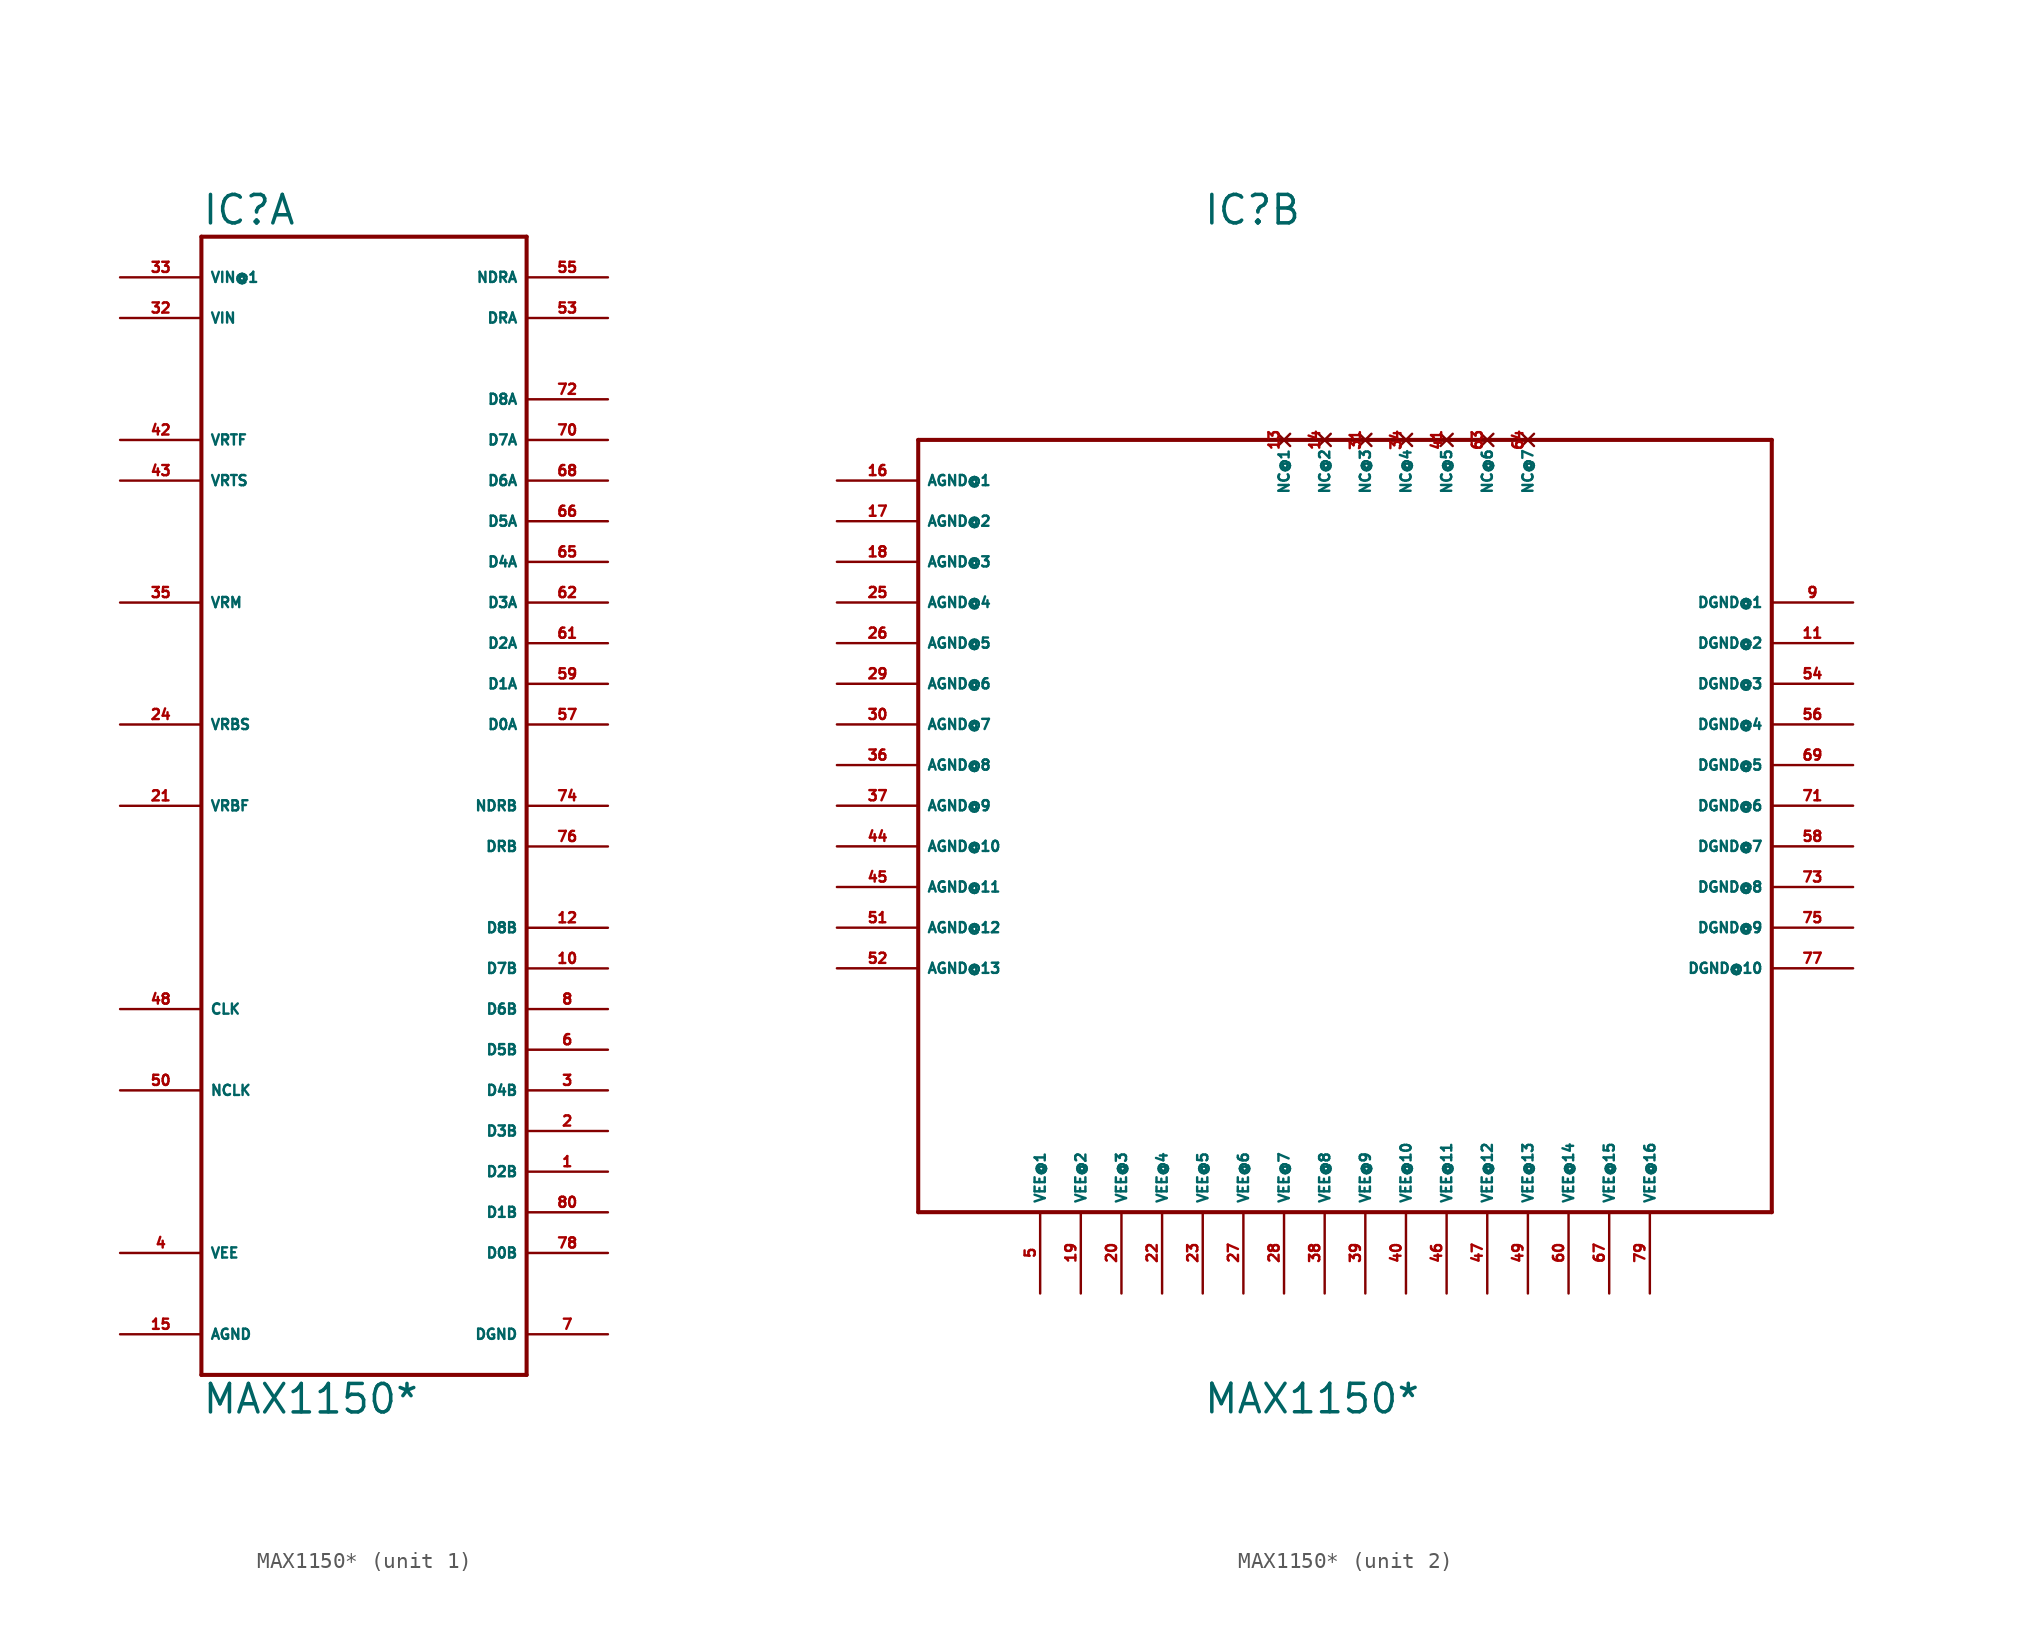
<source format=kicad_sym>
(kicad_symbol_lib
  (version 20220914)
  (generator Eagle2Kicad)
  (symbol "MAX1150*"
    (property "Reference" "IC"
      (at -10.16 36.195 0)
      (effects (font (size 1.778 1.778) (thickness 0.22)) (justify left bottom)))
    (property "Value" "MAX1150*"
      (at -10.16 -38.1 0)
      (effects (font (size 1.778 1.778) (thickness 0.22)) (justify left bottom)))
    (symbol "MAX1150*_1_0"
      (polyline (pts (xy -10.16 35.56) (xy 10.16 35.56)) (stroke (width 0.254) (type default)) (fill (type none)))
      (polyline (pts (xy 10.16 35.56) (xy 10.16 -35.56)) (stroke (width 0.254) (type default)) (fill (type none)))
      (polyline (pts (xy 10.16 -35.56) (xy -10.16 -35.56)) (stroke (width 0.254) (type default)) (fill (type none)))
      (polyline (pts (xy -10.16 -35.56) (xy -10.16 35.56)) (stroke (width 0.254) (type default)) (fill (type none)))
      (pin output line (at 15.24 -25.4 180) (length 5.08) (name "D1B" (effects (font (size 0.635 0.635) (thickness 0.08)) (justify left bottom))) (number "80" (effects (font (size 0.635 0.635) (thickness 0.08)) (justify left bottom))))
      (pin output line (at 15.24 -22.86 180) (length 5.08) (name "D2B" (effects (font (size 0.635 0.635) (thickness 0.08)) (justify left bottom))) (number "1" (effects (font (size 0.635 0.635) (thickness 0.08)) (justify left bottom))))
      (pin output line (at 15.24 -20.32 180) (length 5.08) (name "D3B" (effects (font (size 0.635 0.635) (thickness 0.08)) (justify left bottom))) (number "2" (effects (font (size 0.635 0.635) (thickness 0.08)) (justify left bottom))))
      (pin output line (at 15.24 -17.78 180) (length 5.08) (name "D4B" (effects (font (size 0.635 0.635) (thickness 0.08)) (justify left bottom))) (number "3" (effects (font (size 0.635 0.635) (thickness 0.08)) (justify left bottom))))
      (pin output line (at 15.24 -15.24 180) (length 5.08) (name "D5B" (effects (font (size 0.635 0.635) (thickness 0.08)) (justify left bottom))) (number "6" (effects (font (size 0.635 0.635) (thickness 0.08)) (justify left bottom))))
      (pin output line (at 15.24 -12.7 180) (length 5.08) (name "D6B" (effects (font (size 0.635 0.635) (thickness 0.08)) (justify left bottom))) (number "8" (effects (font (size 0.635 0.635) (thickness 0.08)) (justify left bottom))))
      (pin output line (at 15.24 -10.16 180) (length 5.08) (name "D7B" (effects (font (size 0.635 0.635) (thickness 0.08)) (justify left bottom))) (number "10" (effects (font (size 0.635 0.635) (thickness 0.08)) (justify left bottom))))
      (pin output line (at 15.24 -27.94 180) (length 5.08) (name "D0B" (effects (font (size 0.635 0.635) (thickness 0.08)) (justify left bottom))) (number "78" (effects (font (size 0.635 0.635) (thickness 0.08)) (justify left bottom))))
      (pin output line (at 15.24 5.08 180) (length 5.08) (name "D0A" (effects (font (size 0.635 0.635) (thickness 0.08)) (justify left bottom))) (number "57" (effects (font (size 0.635 0.635) (thickness 0.08)) (justify left bottom))))
      (pin output line (at 15.24 7.62 180) (length 5.08) (name "D1A" (effects (font (size 0.635 0.635) (thickness 0.08)) (justify left bottom))) (number "59" (effects (font (size 0.635 0.635) (thickness 0.08)) (justify left bottom))))
      (pin output line (at 15.24 10.16 180) (length 5.08) (name "D2A" (effects (font (size 0.635 0.635) (thickness 0.08)) (justify left bottom))) (number "61" (effects (font (size 0.635 0.635) (thickness 0.08)) (justify left bottom))))
      (pin output line (at 15.24 12.7 180) (length 5.08) (name "D3A" (effects (font (size 0.635 0.635) (thickness 0.08)) (justify left bottom))) (number "62" (effects (font (size 0.635 0.635) (thickness 0.08)) (justify left bottom))))
      (pin output line (at 15.24 15.24 180) (length 5.08) (name "D4A" (effects (font (size 0.635 0.635) (thickness 0.08)) (justify left bottom))) (number "65" (effects (font (size 0.635 0.635) (thickness 0.08)) (justify left bottom))))
      (pin output line (at 15.24 17.78 180) (length 5.08) (name "D5A" (effects (font (size 0.635 0.635) (thickness 0.08)) (justify left bottom))) (number "66" (effects (font (size 0.635 0.635) (thickness 0.08)) (justify left bottom))))
      (pin output line (at 15.24 20.32 180) (length 5.08) (name "D6A" (effects (font (size 0.635 0.635) (thickness 0.08)) (justify left bottom))) (number "68" (effects (font (size 0.635 0.635) (thickness 0.08)) (justify left bottom))))
      (pin output line (at 15.24 22.86 180) (length 5.08) (name "D7A" (effects (font (size 0.635 0.635) (thickness 0.08)) (justify left bottom))) (number "70" (effects (font (size 0.635 0.635) (thickness 0.08)) (justify left bottom))))
      (pin unspecified line (at -15.24 -27.94 0) (length 5.08) (name "VEE" (effects (font (size 0.635 0.635) (thickness 0.08)) (justify left bottom))) (number "4" (effects (font (size 0.635 0.635) (thickness 0.08)) (justify left bottom))))
      (pin unspecified line (at 15.24 -33.02 180) (length 5.08) (name "DGND" (effects (font (size 0.635 0.635) (thickness 0.08)) (justify left bottom))) (number "7" (effects (font (size 0.635 0.635) (thickness 0.08)) (justify left bottom))))
      (pin unspecified line (at -15.24 -33.02 0) (length 5.08) (name "AGND" (effects (font (size 0.635 0.635) (thickness 0.08)) (justify left bottom))) (number "15" (effects (font (size 0.635 0.635) (thickness 0.08)) (justify left bottom))))
      (pin input line (at -15.24 0 0) (length 5.08) (name "VRBF" (effects (font (size 0.635 0.635) (thickness 0.08)) (justify left bottom))) (number "21" (effects (font (size 0.635 0.635) (thickness 0.08)) (justify left bottom))))
      (pin input line (at -15.24 5.08 0) (length 5.08) (name "VRBS" (effects (font (size 0.635 0.635) (thickness 0.08)) (justify left bottom))) (number "24" (effects (font (size 0.635 0.635) (thickness 0.08)) (justify left bottom))))
      (pin input line (at -15.24 33.02 0) (length 5.08) (name "VIN@1" (effects (font (size 0.635 0.635) (thickness 0.08)) (justify left bottom))) (number "33" (effects (font (size 0.635 0.635) (thickness 0.08)) (justify left bottom))))
      (pin input line (at -15.24 12.7 0) (length 5.08) (name "VRM" (effects (font (size 0.635 0.635) (thickness 0.08)) (justify left bottom))) (number "35" (effects (font (size 0.635 0.635) (thickness 0.08)) (justify left bottom))))
      (pin input line (at -15.24 22.86 0) (length 5.08) (name "VRTF" (effects (font (size 0.635 0.635) (thickness 0.08)) (justify left bottom))) (number "42" (effects (font (size 0.635 0.635) (thickness 0.08)) (justify left bottom))))
      (pin input line (at -15.24 20.32 0) (length 5.08) (name "VRTS" (effects (font (size 0.635 0.635) (thickness 0.08)) (justify left bottom))) (number "43" (effects (font (size 0.635 0.635) (thickness 0.08)) (justify left bottom))))
      (pin input line (at -15.24 -17.78 0) (length 5.08) (name "NCLK" (effects (font (size 0.635 0.635) (thickness 0.08)) (justify left bottom))) (number "50" (effects (font (size 0.635 0.635) (thickness 0.08)) (justify left bottom))))
      (pin input line (at -15.24 -12.7 0) (length 5.08) (name "CLK" (effects (font (size 0.635 0.635) (thickness 0.08)) (justify left bottom))) (number "48" (effects (font (size 0.635 0.635) (thickness 0.08)) (justify left bottom))))
      (pin output line (at 15.24 30.48 180) (length 5.08) (name "DRA" (effects (font (size 0.635 0.635) (thickness 0.08)) (justify left bottom))) (number "53" (effects (font (size 0.635 0.635) (thickness 0.08)) (justify left bottom))))
      (pin output line (at 15.24 33.02 180) (length 5.08) (name "NDRA" (effects (font (size 0.635 0.635) (thickness 0.08)) (justify left bottom))) (number "55" (effects (font (size 0.635 0.635) (thickness 0.08)) (justify left bottom))))
      (pin output line (at 15.24 -2.54 180) (length 5.08) (name "DRB" (effects (font (size 0.635 0.635) (thickness 0.08)) (justify left bottom))) (number "76" (effects (font (size 0.635 0.635) (thickness 0.08)) (justify left bottom))))
      (pin output line (at 15.24 0 180) (length 5.08) (name "NDRB" (effects (font (size 0.635 0.635) (thickness 0.08)) (justify left bottom))) (number "74" (effects (font (size 0.635 0.635) (thickness 0.08)) (justify left bottom))))
      (pin input line (at -15.24 30.48 0) (length 5.08) (name "VIN" (effects (font (size 0.635 0.635) (thickness 0.08)) (justify left bottom))) (number "32" (effects (font (size 0.635 0.635) (thickness 0.08)) (justify left bottom))))
      (pin output line (at 15.24 -7.62 180) (length 5.08) (name "D8B" (effects (font (size 0.635 0.635) (thickness 0.08)) (justify left bottom))) (number "12" (effects (font (size 0.635 0.635) (thickness 0.08)) (justify left bottom))))
      (pin output line (at 15.24 25.4 180) (length 5.08) (name "D8A" (effects (font (size 0.635 0.635) (thickness 0.08)) (justify left bottom))) (number "72" (effects (font (size 0.635 0.635) (thickness 0.08)) (justify left bottom)))))
    (symbol "MAX1150*_2_0"
      (polyline (pts (xy -27.94 22.86) (xy 25.4 22.86)) (stroke (width 0.254) (type default)) (fill (type none)))
      (polyline (pts (xy 25.4 22.86) (xy 25.4 -25.4)) (stroke (width 0.254) (type default)) (fill (type none)))
      (polyline (pts (xy 25.4 -25.4) (xy -27.94 -25.4)) (stroke (width 0.254) (type default)) (fill (type none)))
      (polyline (pts (xy -27.94 -25.4) (xy -27.94 22.86)) (stroke (width 0.254) (type default)) (fill (type none)))
      (pin unspecified line (at 30.48 12.7 180) (length 5.08) (name "DGND@1" (effects (font (size 0.635 0.635) (thickness 0.08)) (justify left bottom))) (number "9" (effects (font (size 0.635 0.635) (thickness 0.08)) (justify left bottom))))
      (pin unspecified line (at 30.48 10.16 180) (length 5.08) (name "DGND@2" (effects (font (size 0.635 0.635) (thickness 0.08)) (justify left bottom))) (number "11" (effects (font (size 0.635 0.635) (thickness 0.08)) (justify left bottom))))
      (pin unspecified line (at 30.48 7.62 180) (length 5.08) (name "DGND@3" (effects (font (size 0.635 0.635) (thickness 0.08)) (justify left bottom))) (number "54" (effects (font (size 0.635 0.635) (thickness 0.08)) (justify left bottom))))
      (pin unspecified line (at 30.48 5.08 180) (length 5.08) (name "DGND@4" (effects (font (size 0.635 0.635) (thickness 0.08)) (justify left bottom))) (number "56" (effects (font (size 0.635 0.635) (thickness 0.08)) (justify left bottom))))
      (pin unspecified line (at 30.48 2.54 180) (length 5.08) (name "DGND@5" (effects (font (size 0.635 0.635) (thickness 0.08)) (justify left bottom))) (number "69" (effects (font (size 0.635 0.635) (thickness 0.08)) (justify left bottom))))
      (pin unspecified line (at 30.48 0 180) (length 5.08) (name "DGND@6" (effects (font (size 0.635 0.635) (thickness 0.08)) (justify left bottom))) (number "71" (effects (font (size 0.635 0.635) (thickness 0.08)) (justify left bottom))))
      (pin unspecified line (at 30.48 -2.54 180) (length 5.08) (name "DGND@7" (effects (font (size 0.635 0.635) (thickness 0.08)) (justify left bottom))) (number "58" (effects (font (size 0.635 0.635) (thickness 0.08)) (justify left bottom))))
      (pin unspecified line (at 30.48 -5.08 180) (length 5.08) (name "DGND@8" (effects (font (size 0.635 0.635) (thickness 0.08)) (justify left bottom))) (number "73" (effects (font (size 0.635 0.635) (thickness 0.08)) (justify left bottom))))
      (pin unspecified line (at 30.48 -7.62 180) (length 5.08) (name "DGND@9" (effects (font (size 0.635 0.635) (thickness 0.08)) (justify left bottom))) (number "75" (effects (font (size 0.635 0.635) (thickness 0.08)) (justify left bottom))))
      (pin unspecified line (at 30.48 -10.16 180) (length 5.08) (name "DGND@10" (effects (font (size 0.635 0.635) (thickness 0.08)) (justify left bottom))) (number "77" (effects (font (size 0.635 0.635) (thickness 0.08)) (justify left bottom))))
      (pin no_connect line (at 0 22.86 270) (length 0) (name "NC@3" (effects (font (size 0.635 0.635) (thickness 0.08)) (justify left bottom) hide)) (number "31" (effects (font (size 0.635 0.635) (thickness 0.08)) (justify left bottom) hide)))
      (pin unspecified line (at -33.02 20.32 0) (length 5.08) (name "AGND@1" (effects (font (size 0.635 0.635) (thickness 0.08)) (justify left bottom))) (number "16" (effects (font (size 0.635 0.635) (thickness 0.08)) (justify left bottom))))
      (pin unspecified line (at -33.02 17.78 0) (length 5.08) (name "AGND@2" (effects (font (size 0.635 0.635) (thickness 0.08)) (justify left bottom))) (number "17" (effects (font (size 0.635 0.635) (thickness 0.08)) (justify left bottom))))
      (pin unspecified line (at -33.02 15.24 0) (length 5.08) (name "AGND@3" (effects (font (size 0.635 0.635) (thickness 0.08)) (justify left bottom))) (number "18" (effects (font (size 0.635 0.635) (thickness 0.08)) (justify left bottom))))
      (pin unspecified line (at -33.02 12.7 0) (length 5.08) (name "AGND@4" (effects (font (size 0.635 0.635) (thickness 0.08)) (justify left bottom))) (number "25" (effects (font (size 0.635 0.635) (thickness 0.08)) (justify left bottom))))
      (pin unspecified line (at -33.02 10.16 0) (length 5.08) (name "AGND@5" (effects (font (size 0.635 0.635) (thickness 0.08)) (justify left bottom))) (number "26" (effects (font (size 0.635 0.635) (thickness 0.08)) (justify left bottom))))
      (pin unspecified line (at -33.02 7.62 0) (length 5.08) (name "AGND@6" (effects (font (size 0.635 0.635) (thickness 0.08)) (justify left bottom))) (number "29" (effects (font (size 0.635 0.635) (thickness 0.08)) (justify left bottom))))
      (pin unspecified line (at -33.02 5.08 0) (length 5.08) (name "AGND@7" (effects (font (size 0.635 0.635) (thickness 0.08)) (justify left bottom))) (number "30" (effects (font (size 0.635 0.635) (thickness 0.08)) (justify left bottom))))
      (pin unspecified line (at -33.02 2.54 0) (length 5.08) (name "AGND@8" (effects (font (size 0.635 0.635) (thickness 0.08)) (justify left bottom))) (number "36" (effects (font (size 0.635 0.635) (thickness 0.08)) (justify left bottom))))
      (pin unspecified line (at -33.02 0 0) (length 5.08) (name "AGND@9" (effects (font (size 0.635 0.635) (thickness 0.08)) (justify left bottom))) (number "37" (effects (font (size 0.635 0.635) (thickness 0.08)) (justify left bottom))))
      (pin unspecified line (at -33.02 -2.54 0) (length 5.08) (name "AGND@10" (effects (font (size 0.635 0.635) (thickness 0.08)) (justify left bottom))) (number "44" (effects (font (size 0.635 0.635) (thickness 0.08)) (justify left bottom))))
      (pin unspecified line (at -33.02 -5.08 0) (length 5.08) (name "AGND@11" (effects (font (size 0.635 0.635) (thickness 0.08)) (justify left bottom))) (number "45" (effects (font (size 0.635 0.635) (thickness 0.08)) (justify left bottom))))
      (pin unspecified line (at -33.02 -7.62 0) (length 5.08) (name "AGND@12" (effects (font (size 0.635 0.635) (thickness 0.08)) (justify left bottom))) (number "51" (effects (font (size 0.635 0.635) (thickness 0.08)) (justify left bottom))))
      (pin unspecified line (at -33.02 -10.16 0) (length 5.08) (name "AGND@13" (effects (font (size 0.635 0.635) (thickness 0.08)) (justify left bottom))) (number "52" (effects (font (size 0.635 0.635) (thickness 0.08)) (justify left bottom))))
      (pin no_connect line (at -5.08 22.86 270) (length 0) (name "NC@1" (effects (font (size 0.635 0.635) (thickness 0.08)) (justify left bottom) hide)) (number "13" (effects (font (size 0.635 0.635) (thickness 0.08)) (justify left bottom) hide)))
      (pin unspecified line (at -20.32 -30.48 90) (length 5.08) (name "VEE@1" (effects (font (size 0.635 0.635) (thickness 0.08)) (justify left bottom))) (number "5" (effects (font (size 0.635 0.635) (thickness 0.08)) (justify left bottom))))
      (pin unspecified line (at -17.78 -30.48 90) (length 5.08) (name "VEE@2" (effects (font (size 0.635 0.635) (thickness 0.08)) (justify left bottom))) (number "19" (effects (font (size 0.635 0.635) (thickness 0.08)) (justify left bottom))))
      (pin unspecified line (at -15.24 -30.48 90) (length 5.08) (name "VEE@3" (effects (font (size 0.635 0.635) (thickness 0.08)) (justify left bottom))) (number "20" (effects (font (size 0.635 0.635) (thickness 0.08)) (justify left bottom))))
      (pin unspecified line (at -12.7 -30.48 90) (length 5.08) (name "VEE@4" (effects (font (size 0.635 0.635) (thickness 0.08)) (justify left bottom))) (number "22" (effects (font (size 0.635 0.635) (thickness 0.08)) (justify left bottom))))
      (pin unspecified line (at -10.16 -30.48 90) (length 5.08) (name "VEE@5" (effects (font (size 0.635 0.635) (thickness 0.08)) (justify left bottom))) (number "23" (effects (font (size 0.635 0.635) (thickness 0.08)) (justify left bottom))))
      (pin unspecified line (at -7.62 -30.48 90) (length 5.08) (name "VEE@6" (effects (font (size 0.635 0.635) (thickness 0.08)) (justify left bottom))) (number "27" (effects (font (size 0.635 0.635) (thickness 0.08)) (justify left bottom))))
      (pin unspecified line (at -5.08 -30.48 90) (length 5.08) (name "VEE@7" (effects (font (size 0.635 0.635) (thickness 0.08)) (justify left bottom))) (number "28" (effects (font (size 0.635 0.635) (thickness 0.08)) (justify left bottom))))
      (pin unspecified line (at -2.54 -30.48 90) (length 5.08) (name "VEE@8" (effects (font (size 0.635 0.635) (thickness 0.08)) (justify left bottom))) (number "38" (effects (font (size 0.635 0.635) (thickness 0.08)) (justify left bottom))))
      (pin unspecified line (at 0 -30.48 90) (length 5.08) (name "VEE@9" (effects (font (size 0.635 0.635) (thickness 0.08)) (justify left bottom))) (number "39" (effects (font (size 0.635 0.635) (thickness 0.08)) (justify left bottom))))
      (pin unspecified line (at 2.54 -30.48 90) (length 5.08) (name "VEE@10" (effects (font (size 0.635 0.635) (thickness 0.08)) (justify left bottom))) (number "40" (effects (font (size 0.635 0.635) (thickness 0.08)) (justify left bottom))))
      (pin unspecified line (at 5.08 -30.48 90) (length 5.08) (name "VEE@11" (effects (font (size 0.635 0.635) (thickness 0.08)) (justify left bottom))) (number "46" (effects (font (size 0.635 0.635) (thickness 0.08)) (justify left bottom))))
      (pin unspecified line (at 7.62 -30.48 90) (length 5.08) (name "VEE@12" (effects (font (size 0.635 0.635) (thickness 0.08)) (justify left bottom))) (number "47" (effects (font (size 0.635 0.635) (thickness 0.08)) (justify left bottom))))
      (pin unspecified line (at 10.16 -30.48 90) (length 5.08) (name "VEE@13" (effects (font (size 0.635 0.635) (thickness 0.08)) (justify left bottom))) (number "49" (effects (font (size 0.635 0.635) (thickness 0.08)) (justify left bottom))))
      (pin unspecified line (at 12.7 -30.48 90) (length 5.08) (name "VEE@14" (effects (font (size 0.635 0.635) (thickness 0.08)) (justify left bottom))) (number "60" (effects (font (size 0.635 0.635) (thickness 0.08)) (justify left bottom))))
      (pin unspecified line (at 15.24 -30.48 90) (length 5.08) (name "VEE@15" (effects (font (size 0.635 0.635) (thickness 0.08)) (justify left bottom))) (number "67" (effects (font (size 0.635 0.635) (thickness 0.08)) (justify left bottom))))
      (pin unspecified line (at 17.78 -30.48 90) (length 5.08) (name "VEE@16" (effects (font (size 0.635 0.635) (thickness 0.08)) (justify left bottom))) (number "79" (effects (font (size 0.635 0.635) (thickness 0.08)) (justify left bottom))))
      (pin no_connect line (at -2.54 22.86 270) (length 0) (name "NC@2" (effects (font (size 0.635 0.635) (thickness 0.08)) (justify left bottom) hide)) (number "14" (effects (font (size 0.635 0.635) (thickness 0.08)) (justify left bottom) hide)))
      (pin no_connect line (at 2.54 22.86 270) (length 0) (name "NC@4" (effects (font (size 0.635 0.635) (thickness 0.08)) (justify left bottom) hide)) (number "34" (effects (font (size 0.635 0.635) (thickness 0.08)) (justify left bottom) hide)))
      (pin no_connect line (at 5.08 22.86 270) (length 0) (name "NC@5" (effects (font (size 0.635 0.635) (thickness 0.08)) (justify left bottom) hide)) (number "41" (effects (font (size 0.635 0.635) (thickness 0.08)) (justify left bottom) hide)))
      (pin no_connect line (at 7.62 22.86 270) (length 0) (name "NC@6" (effects (font (size 0.635 0.635) (thickness 0.08)) (justify left bottom) hide)) (number "63" (effects (font (size 0.635 0.635) (thickness 0.08)) (justify left bottom) hide)))
      (pin no_connect line (at 10.16 22.86 270) (length 0) (name "NC@7" (effects (font (size 0.635 0.635) (thickness 0.08)) (justify left bottom) hide)) (number "64" (effects (font (size 0.635 0.635) (thickness 0.08)) (justify left bottom) hide))))))
</source>
